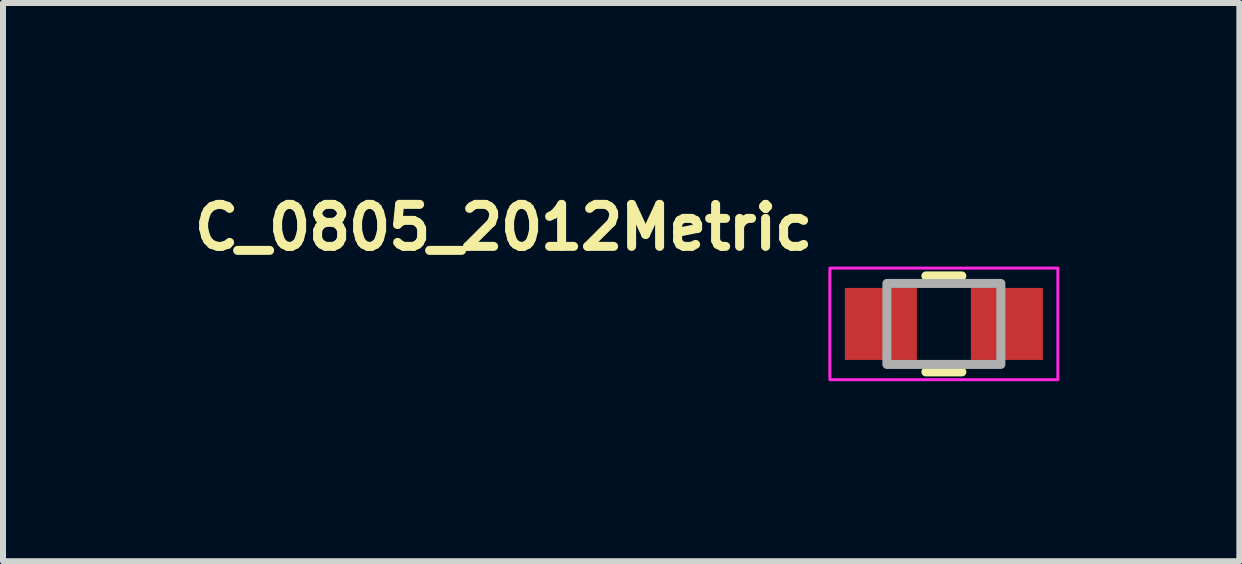
<source format=kicad_pcb>
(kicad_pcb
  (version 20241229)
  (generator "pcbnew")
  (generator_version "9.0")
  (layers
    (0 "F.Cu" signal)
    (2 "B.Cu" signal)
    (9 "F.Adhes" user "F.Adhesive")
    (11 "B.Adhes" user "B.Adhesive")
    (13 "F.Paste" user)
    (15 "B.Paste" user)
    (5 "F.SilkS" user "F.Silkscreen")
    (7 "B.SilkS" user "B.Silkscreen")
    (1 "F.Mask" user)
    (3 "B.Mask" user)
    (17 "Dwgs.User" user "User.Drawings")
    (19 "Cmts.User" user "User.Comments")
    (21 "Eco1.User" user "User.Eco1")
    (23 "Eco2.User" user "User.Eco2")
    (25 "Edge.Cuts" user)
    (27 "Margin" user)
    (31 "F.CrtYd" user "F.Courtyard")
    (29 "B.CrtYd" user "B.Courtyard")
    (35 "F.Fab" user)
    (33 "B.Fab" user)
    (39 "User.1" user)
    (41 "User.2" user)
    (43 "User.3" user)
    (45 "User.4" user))
  (footprint "C_0805_2012Metric"
    (layer "F.Cu")
    (at 12.682 2.349)
    (property "Reference" "C_0805_2012Metric" (at -2.106 -1.199 0) (layer "F.SilkS") (effects (font (size 0.7 0.7) (thickness 0.15)) (justify right bottom)))
    (attr smd)
    (fp_line (start -0.3 -0.8) (end 0.3 -0.8) (stroke (width 0.15) (type solid)) (layer "F.SilkS"))
    (fp_line (start -0.3 0.8) (end 0.3 0.8) (stroke (width 0.15) (type solid)) (layer "F.SilkS"))
    (fp_rect (start -1.9 -0.93) (end 1.9 0.93) (stroke (width 0.05) (type solid)) (fill no) (layer "F.CrtYd"))
    (fp_rect (start -0.95 -0.675) (end 0.95 0.675) (stroke (width 0.15) (type solid)) (fill no) (layer "F.Fab"))
    (fp_rect (start -1 -0.624) (end 1 0.624) (stroke (width 0.1) (type solid)) (fill no) (layer "User.5"))
    (fp_line (start -1 -0.62) (end -1 -0.619) (stroke (width 0.02) (type solid)) (layer "User.9"))
    (fp_line (start -1 -0.619) (end -1 -0.619) (stroke (width 0.02) (type solid)) (layer "User.9"))
    (fp_line (start -1 -0.619) (end -1 -0.618) (stroke (width 0.02) (type solid)) (layer "User.9"))
    (fp_line (start -1 -0.618) (end -1 -0.618) (stroke (width 0.02) (type solid)) (layer "User.9"))
    (fp_line (start -1 -0.618) (end -1 -0.618) (stroke (width 0.02) (type solid)) (layer "User.9"))
    (fp_line (start -1 -0.618) (end -1 -0.617) (stroke (width 0.02) (type solid)) (layer "User.9"))
    (fp_line (start -1 -0.617) (end -1 -0.617) (stroke (width 0.02) (type solid)) (layer "User.9"))
    (fp_line (start -1 -0.617) (end -1 -0.616) (stroke (width 0.02) (type solid)) (layer "User.9"))
    (fp_line (start -1 -0.616) (end -1 -0.615) (stroke (width 0.02) (type solid)) (layer "User.9"))
    (fp_line (start -1 -0.615) (end -1 -0.615) (stroke (width 0.02) (type solid)) (layer "User.9"))
    (fp_line (start -1 -0.615) (end -1 -0.615) (stroke (width 0.02) (type solid)) (layer "User.9"))
    (fp_line (start -1 -0.615) (end -1 -0.614) (stroke (width 0.02) (type solid)) (layer "User.9"))
    (fp_line (start -1 -0.615) (end -1 0.613) (stroke (width 0.02) (type solid)) (layer "User.9"))
    (fp_line (start -1 -0.614) (end -1 -0.614) (stroke (width 0.02) (type solid)) (layer "User.9"))
    (fp_line (start -1 -0.614) (end -1 -0.613) (stroke (width 0.02) (type solid)) (layer "User.9"))
    (fp_line (start -1 -0.613) (end -1 -0.613) (stroke (width 0.02) (type solid)) (layer "User.9"))
    (fp_line (start -1 -0.613) (end -1 -0.613) (stroke (width 0.02) (type solid)) (layer "User.9"))
    (fp_line (start -1 -0.613) (end -1 -0.612) (stroke (width 0.02) (type solid)) (layer "User.9"))
    (fp_line (start -1 -0.612) (end -1 -0.612) (stroke (width 0.02) (type solid)) (layer "User.9"))
    (fp_line (start -1 -0.612) (end -1 -0.611) (stroke (width 0.02) (type solid)) (layer "User.9"))
    (fp_line (start -1 -0.611) (end -0.999 -0.611) (stroke (width 0.02) (type solid)) (layer "User.9"))
    (fp_line (start -1 0.609) (end -1 0.61) (stroke (width 0.02) (type solid)) (layer "User.9"))
    (fp_line (start -1 0.61) (end -1 0.61) (stroke (width 0.02) (type solid)) (layer "User.9"))
    (fp_line (start -1 0.61) (end -1 0.611) (stroke (width 0.02) (type solid)) (layer "User.9"))
    (fp_line (start -1 0.611) (end -1 0.611) (stroke (width 0.02) (type solid)) (layer "User.9"))
    (fp_line (start -1 0.611) (end -1 0.611) (stroke (width 0.02) (type solid)) (layer "User.9"))
    (fp_line (start -1 0.611) (end -1 0.612) (stroke (width 0.02) (type solid)) (layer "User.9"))
    (fp_line (start -1 0.612) (end -1 0.612) (stroke (width 0.02) (type solid)) (layer "User.9"))
    (fp_line (start -1 0.612) (end -1 0.613) (stroke (width 0.02) (type solid)) (layer "User.9"))
    (fp_line (start -1 0.613) (end -1 0.613) (stroke (width 0.02) (type solid)) (layer "User.9"))
    (fp_line (start -1 0.613) (end -1 0.613) (stroke (width 0.02) (type solid)) (layer "User.9"))
    (fp_line (start -1 0.613) (end -1 0.614) (stroke (width 0.02) (type solid)) (layer "User.9"))
    (fp_line (start -1 0.614) (end -1 0.615) (stroke (width 0.02) (type solid)) (layer "User.9"))
    (fp_line (start -1 0.615) (end -1 0.615) (stroke (width 0.02) (type solid)) (layer "User.9"))
    (fp_line (start -1 0.615) (end -1 0.616) (stroke (width 0.02) (type solid)) (layer "User.9"))
    (fp_line (start -1 0.616) (end -1 0.616) (stroke (width 0.02) (type solid)) (layer "User.9"))
    (fp_line (start -1 0.616) (end -1 0.616) (stroke (width 0.02) (type solid)) (layer "User.9"))
    (fp_line (start -1 0.616) (end -1 0.617) (stroke (width 0.02) (type solid)) (layer "User.9"))
    (fp_line (start -1 0.617) (end -1 0.617) (stroke (width 0.02) (type solid)) (layer "User.9"))
    (fp_line (start -1 0.617) (end -1 0.618) (stroke (width 0.02) (type solid)) (layer "User.9"))
    (fp_line (start -1 0.618) (end -0.999 0.618) (stroke (width 0.02) (type solid)) (layer "User.9"))
    (fp_line (start -0.999 -0.621) (end -0.999 -0.621) (stroke (width 0.02) (type solid)) (layer "User.9"))
    (fp_line (start -0.999 -0.621) (end -0.999 -0.621) (stroke (width 0.02) (type solid)) (layer "User.9"))
    (fp_line (start -0.999 -0.621) (end -0.999 -0.62) (stroke (width 0.02) (type solid)) (layer "User.9"))
    (fp_line (start -0.999 -0.62) (end -1 -0.62) (stroke (width 0.02) (type solid)) (layer "User.9"))
    (fp_line (start -0.999 -0.611) (end -0.999 -0.61) (stroke (width 0.02) (type solid)) (layer "User.9"))
    (fp_line (start -0.999 -0.61) (end -0.999 -0.61) (stroke (width 0.02) (type solid)) (layer "User.9"))
    (fp_line (start -0.999 -0.61) (end -0.999 -0.61) (stroke (width 0.02) (type solid)) (layer "User.9"))
    (fp_line (start -0.999 -0.61) (end -0.998 -0.609) (stroke (width 0.02) (type solid)) (layer "User.9"))
    (fp_line (start -0.999 0.608) (end -0.999 0.608) (stroke (width 0.02) (type solid)) (layer "User.9"))
    (fp_line (start -0.999 0.608) (end -0.999 0.608) (stroke (width 0.02) (type solid)) (layer "User.9"))
    (fp_line (start -0.999 0.608) (end -0.999 0.609) (stroke (width 0.02) (type solid)) (layer "User.9"))
    (fp_line (start -0.999 0.609) (end -1 0.609) (stroke (width 0.02) (type solid)) (layer "User.9"))
    (fp_line (start -0.999 0.618) (end -0.999 0.619) (stroke (width 0.02) (type solid)) (layer "User.9"))
    (fp_line (start -0.999 0.619) (end -0.999 0.619) (stroke (width 0.02) (type solid)) (layer "User.9"))
    (fp_line (start -0.999 0.619) (end -0.999 0.619) (stroke (width 0.02) (type solid)) (layer "User.9"))
    (fp_line (start -0.999 0.619) (end -0.998 0.62) (stroke (width 0.02) (type solid)) (layer "User.9"))
    (fp_line (start -0.998 -0.623) (end -0.998 -0.622) (stroke (width 0.02) (type solid)) (layer "User.9"))
    (fp_line (start -0.998 -0.622) (end -0.999 -0.621) (stroke (width 0.02) (type solid)) (layer "User.9"))
    (fp_line (start -0.998 -0.622) (end -0.998 -0.622) (stroke (width 0.02) (type solid)) (layer "User.9"))
    (fp_line (start -0.998 -0.609) (end -0.998 -0.609) (stroke (width 0.02) (type solid)) (layer "User.9"))
    (fp_line (start -0.998 -0.609) (end -0.998 -0.608) (stroke (width 0.02) (type solid)) (layer "User.9"))
    (fp_line (start -0.998 -0.608) (end -0.997 -0.608) (stroke (width 0.02) (type solid)) (layer "User.9"))
    (fp_line (start -0.998 0.606) (end -0.998 0.607) (stroke (width 0.02) (type solid)) (layer "User.9"))
    (fp_line (start -0.998 0.607) (end -0.999 0.608) (stroke (width 0.02) (type solid)) (layer "User.9"))
    (fp_line (start -0.998 0.607) (end -0.998 0.607) (stroke (width 0.02) (type solid)) (layer "User.9"))
    (fp_line (start -0.998 0.62) (end -0.998 0.62) (stroke (width 0.02) (type solid)) (layer "User.9"))
    (fp_line (start -0.998 0.62) (end -0.998 0.621) (stroke (width 0.02) (type solid)) (layer "User.9"))
    (fp_line (start -0.998 0.621) (end -0.997 0.621) (stroke (width 0.02) (type solid)) (layer "User.9"))
    (fp_line (start -0.997 -0.623) (end -0.998 -0.623) (stroke (width 0.02) (type solid)) (layer "User.9"))
    (fp_line (start -0.997 -0.623) (end -0.997 -0.623) (stroke (width 0.02) (type solid)) (layer "User.9"))
    (fp_line (start -0.997 -0.608) (end -0.997 -0.608) (stroke (width 0.02) (type solid)) (layer "User.9"))
    (fp_line (start -0.997 -0.608) (end -0.996 -0.607) (stroke (width 0.02) (type solid)) (layer "User.9"))
    (fp_line (start -0.997 0.606) (end -0.998 0.606) (stroke (width 0.02) (type solid)) (layer "User.9"))
    (fp_line (start -0.997 0.606) (end -0.997 0.606) (stroke (width 0.02) (type solid)) (layer "User.9"))
    (fp_line (start -0.997 0.621) (end -0.997 0.621) (stroke (width 0.02) (type solid)) (layer "User.9"))
    (fp_line (start -0.997 0.621) (end -0.996 0.622) (stroke (width 0.02) (type solid)) (layer "User.9"))
    (fp_line (start -0.996 -0.624) (end -0.997 -0.623) (stroke (width 0.02) (type solid)) (layer "User.9"))
    (fp_line (start -0.996 -0.624) (end -0.996 -0.624) (stroke (width 0.02) (type solid)) (layer "User.9"))
    (fp_line (start -0.996 -0.624) (end -0.996 -0.624) (stroke (width 0.02) (type solid)) (layer "User.9"))
    (fp_line (start -0.996 -0.607) (end -0.996 -0.607) (stroke (width 0.02) (type solid)) (layer "User.9"))
    (fp_line (start -0.996 -0.607) (end -0.996 -0.607) (stroke (width 0.02) (type solid)) (layer "User.9"))
    (fp_line (start -0.996 -0.607) (end -0.995 -0.607) (stroke (width 0.02) (type solid)) (layer "User.9"))
    (fp_line (start -0.996 0.605) (end -0.997 0.606) (stroke (width 0.02) (type solid)) (layer "User.9"))
    (fp_line (start -0.996 0.605) (end -0.996 0.605) (stroke (width 0.02) (type solid)) (layer "User.9"))
    (fp_line (start -0.996 0.605) (end -0.996 0.605) (stroke (width 0.02) (type solid)) (layer "User.9"))
    (fp_line (start -0.996 0.622) (end -0.996 0.622) (stroke (width 0.02) (type solid)) (layer "User.9"))
    (fp_line (start -0.996 0.622) (end -0.996 0.622) (stroke (width 0.02) (type solid)) (layer "User.9"))
    (fp_line (start -0.996 0.622) (end -0.995 0.622) (stroke (width 0.02) (type solid)) (layer "User.9"))
    (fp_line (start -0.995 -0.625) (end -0.995 -0.624) (stroke (width 0.02) (type solid)) (layer "User.9"))
    (fp_line (start -0.995 -0.624) (end -0.996 -0.624) (stroke (width 0.02) (type solid)) (layer "User.9"))
    (fp_line (start -0.995 -0.607) (end -0.995 -0.606) (stroke (width 0.02) (type solid)) (layer "User.9"))
    (fp_line (start -0.995 -0.606) (end -0.994 -0.606) (stroke (width 0.02) (type solid)) (layer "User.9"))
    (fp_line (start -0.995 0.604) (end -0.995 0.605) (stroke (width 0.02) (type solid)) (layer "User.9"))
    (fp_line (start -0.995 0.605) (end -0.996 0.605) (stroke (width 0.02) (type solid)) (layer "User.9"))
    (fp_line (start -0.995 0.622) (end -0.995 0.623) (stroke (width 0.02) (type solid)) (layer "User.9"))
    (fp_line (start -0.995 0.623) (end -0.994 0.623) (stroke (width 0.02) (type solid)) (layer "User.9"))
    (fp_line (start -0.994 -0.625) (end -0.995 -0.625) (stroke (width 0.02) (type solid)) (layer "User.9"))
    (fp_line (start -0.994 -0.625) (end -0.994 -0.625) (stroke (width 0.02) (type solid)) (layer "User.9"))
    (fp_line (start -0.994 -0.606) (end -0.994 -0.606) (stroke (width 0.02) (type solid)) (layer "User.9"))
    (fp_line (start -0.994 -0.606) (end -0.993 -0.606) (stroke (width 0.02) (type solid)) (layer "User.9"))
    (fp_line (start -0.994 0.604) (end -0.995 0.604) (stroke (width 0.02) (type solid)) (layer "User.9"))
    (fp_line (start -0.994 0.604) (end -0.994 0.604) (stroke (width 0.02) (type solid)) (layer "User.9"))
    (fp_line (start -0.994 0.623) (end -0.994 0.623) (stroke (width 0.02) (type solid)) (layer "User.9"))
    (fp_line (start -0.994 0.623) (end -0.993 0.623) (stroke (width 0.02) (type solid)) (layer "User.9"))
    (fp_line (start -0.993 -0.625) (end -0.994 -0.625) (stroke (width 0.02) (type solid)) (layer "User.9"))
    (fp_line (start -0.993 -0.625) (end -0.993 -0.625) (stroke (width 0.02) (type solid)) (layer "User.9"))
    (fp_line (start -0.993 -0.625) (end -0.993 -0.625) (stroke (width 0.02) (type solid)) (layer "User.9"))
    (fp_line (start -0.993 -0.606) (end -0.993 -0.606) (stroke (width 0.02) (type solid)) (layer "User.9"))
    (fp_line (start -0.993 -0.606) (end -0.993 -0.606) (stroke (width 0.02) (type solid)) (layer "User.9"))
    (fp_line (start -0.993 -0.606) (end -0.992 -0.606) (stroke (width 0.02) (type solid)) (layer "User.9"))
    (fp_line (start -0.993 0.604) (end -0.994 0.604) (stroke (width 0.02) (type solid)) (layer "User.9"))
    (fp_line (start -0.993 0.604) (end -0.993 0.604) (stroke (width 0.02) (type solid)) (layer "User.9"))
    (fp_line (start -0.993 0.604) (end -0.993 0.604) (stroke (width 0.02) (type solid)) (layer "User.9"))
    (fp_line (start -0.993 0.623) (end -0.993 0.623) (stroke (width 0.02) (type solid)) (layer "User.9"))
    (fp_line (start -0.993 0.623) (end -0.993 0.623) (stroke (width 0.02) (type solid)) (layer "User.9"))
    (fp_line (start -0.993 0.623) (end -0.992 0.623) (stroke (width 0.02) (type solid)) (layer "User.9"))
    (fp_line (start -0.992 -0.625) (end -0.993 -0.625) (stroke (width 0.02) (type solid)) (layer "User.9"))
    (fp_line (start -0.992 -0.625) (end -0.992 -0.625) (stroke (width 0.02) (type solid)) (layer "User.9"))
    (fp_line (start -0.992 -0.606) (end -0.992 -0.606) (stroke (width 0.02) (type solid)) (layer "User.9"))
    (fp_line (start -0.992 -0.606) (end -0.991 -0.606) (stroke (width 0.02) (type solid)) (layer "User.9"))
    (fp_line (start -0.992 0.604) (end -0.993 0.604) (stroke (width 0.02) (type solid)) (layer "User.9"))
    (fp_line (start -0.992 0.604) (end -0.992 0.604) (stroke (width 0.02) (type solid)) (layer "User.9"))
    (fp_line (start -0.992 0.623) (end -0.992 0.623) (stroke (width 0.02) (type solid)) (layer "User.9"))
    (fp_line (start -0.992 0.623) (end -0.991 0.623) (stroke (width 0.02) (type solid)) (layer "User.9"))
    (fp_line (start -0.991 -0.625) (end -0.992 -0.625) (stroke (width 0.02) (type solid)) (layer "User.9"))
    (fp_line (start -0.991 -0.606) (end -0.99 -0.605) (stroke (width 0.02) (type solid)) (layer "User.9"))
    (fp_line (start -0.991 0.604) (end -0.992 0.604) (stroke (width 0.02) (type solid)) (layer "User.9"))
    (fp_line (start -0.991 0.623) (end -0.99 0.623) (stroke (width 0.02) (type solid)) (layer "User.9"))
    (fp_line (start -0.99 -0.625) (end -0.991 -0.625) (stroke (width 0.02) (type solid)) (layer "User.9"))
    (fp_line (start -0.99 -0.625) (end -0.99 -0.625) (stroke (width 0.02) (type solid)) (layer "User.9"))
    (fp_line (start -0.99 -0.625) (end -0.99 -0.625) (stroke (width 0.02) (type solid)) (layer "User.9"))
    (fp_line (start -0.99 -0.606) (end -0.989 -0.606) (stroke (width 0.02) (type solid)) (layer "User.9"))
    (fp_line (start -0.99 -0.605) (end -0.99 -0.606) (stroke (width 0.02) (type solid)) (layer "User.9"))
    (fp_line (start -0.99 -0.605) (end -0.99 -0.605) (stroke (width 0.02) (type solid)) (layer "User.9"))
    (fp_line (start -0.99 0.604) (end -0.991 0.604) (stroke (width 0.02) (type solid)) (layer "User.9"))
    (fp_line (start -0.99 0.604) (end -0.99 0.604) (stroke (width 0.02) (type solid)) (layer "User.9"))
    (fp_line (start -0.99 0.604) (end -0.99 0.604) (stroke (width 0.02) (type solid)) (layer "User.9"))
    (fp_line (start -0.99 0.623) (end -0.99 0.623) (stroke (width 0.02) (type solid)) (layer "User.9"))
    (fp_line (start -0.99 0.623) (end -0.99 0.623) (stroke (width 0.02) (type solid)) (layer "User.9"))
    (fp_line (start -0.99 0.623) (end -0.989 0.623) (stroke (width 0.02) (type solid)) (layer "User.9"))
    (fp_line (start -0.99 0.623) (end -0.5 0.623) (stroke (width 0.02) (type solid)) (layer "User.9"))
    (fp_line (start -0.989 -0.625) (end -0.99 -0.625) (stroke (width 0.02) (type solid)) (layer "User.9"))
    (fp_line (start -0.989 -0.625) (end -0.989 -0.625) (stroke (width 0.02) (type solid)) (layer "User.9"))
    (fp_line (start -0.989 -0.606) (end -0.989 -0.606) (stroke (width 0.02) (type solid)) (layer "User.9"))
    (fp_line (start -0.989 -0.606) (end -0.988 -0.606) (stroke (width 0.02) (type solid)) (layer "User.9"))
    (fp_line (start -0.989 0.604) (end -0.99 0.604) (stroke (width 0.02) (type solid)) (layer "User.9"))
    (fp_line (start -0.989 0.604) (end -0.989 0.604) (stroke (width 0.02) (type solid)) (layer "User.9"))
    (fp_line (start -0.989 0.623) (end -0.989 0.623) (stroke (width 0.02) (type solid)) (layer "User.9"))
    (fp_line (start -0.989 0.623) (end -0.988 0.623) (stroke (width 0.02) (type solid)) (layer "User.9"))
    (fp_line (start -0.988 -0.625) (end -0.989 -0.625) (stroke (width 0.02) (type solid)) (layer "User.9"))
    (fp_line (start -0.988 -0.625) (end -0.988 -0.625) (stroke (width 0.02) (type solid)) (layer "User.9"))
    (fp_line (start -0.988 -0.625) (end -0.988 -0.625) (stroke (width 0.02) (type solid)) (layer "User.9"))
    (fp_line (start -0.988 -0.606) (end -0.988 -0.606) (stroke (width 0.02) (type solid)) (layer "User.9"))
    (fp_line (start -0.988 -0.606) (end -0.988 -0.606) (stroke (width 0.02) (type solid)) (layer "User.9"))
    (fp_line (start -0.988 -0.606) (end -0.987 -0.606) (stroke (width 0.02) (type solid)) (layer "User.9"))
    (fp_line (start -0.988 0.604) (end -0.989 0.604) (stroke (width 0.02) (type solid)) (layer "User.9"))
    (fp_line (start -0.988 0.604) (end -0.988 0.604) (stroke (width 0.02) (type solid)) (layer "User.9"))
    (fp_line (start -0.988 0.604) (end -0.988 0.604) (stroke (width 0.02) (type solid)) (layer "User.9"))
    (fp_line (start -0.988 0.623) (end -0.988 0.623) (stroke (width 0.02) (type solid)) (layer "User.9"))
    (fp_line (start -0.988 0.623) (end -0.988 0.623) (stroke (width 0.02) (type solid)) (layer "User.9"))
    (fp_line (start -0.988 0.623) (end -0.987 0.623) (stroke (width 0.02) (type solid)) (layer "User.9"))
    (fp_line (start -0.987 -0.625) (end -0.988 -0.625) (stroke (width 0.02) (type solid)) (layer "User.9"))
    (fp_line (start -0.987 -0.625) (end -0.987 -0.625) (stroke (width 0.02) (type solid)) (layer "User.9"))
    (fp_line (start -0.987 -0.606) (end -0.987 -0.606) (stroke (width 0.02) (type solid)) (layer "User.9"))
    (fp_line (start -0.987 -0.606) (end -0.986 -0.606) (stroke (width 0.02) (type solid)) (layer "User.9"))
    (fp_line (start -0.987 0.604) (end -0.988 0.604) (stroke (width 0.02) (type solid)) (layer "User.9"))
    (fp_line (start -0.987 0.604) (end -0.987 0.604) (stroke (width 0.02) (type solid)) (layer "User.9"))
    (fp_line (start -0.987 0.623) (end -0.987 0.623) (stroke (width 0.02) (type solid)) (layer "User.9"))
    (fp_line (start -0.987 0.623) (end -0.986 0.623) (stroke (width 0.02) (type solid)) (layer "User.9"))
    (fp_line (start -0.986 -0.625) (end -0.987 -0.625) (stroke (width 0.02) (type solid)) (layer "User.9"))
    (fp_line (start -0.986 -0.624) (end -0.986 -0.625) (stroke (width 0.02) (type solid)) (layer "User.9"))
    (fp_line (start -0.986 -0.607) (end -0.985 -0.607) (stroke (width 0.02) (type solid)) (layer "User.9"))
    (fp_line (start -0.986 -0.606) (end -0.986 -0.607) (stroke (width 0.02) (type solid)) (layer "User.9"))
    (fp_line (start -0.986 0.604) (end -0.987 0.604) (stroke (width 0.02) (type solid)) (layer "User.9"))
    (fp_line (start -0.986 0.605) (end -0.986 0.604) (stroke (width 0.02) (type solid)) (layer "User.9"))
    (fp_line (start -0.986 0.622) (end -0.985 0.622) (stroke (width 0.02) (type solid)) (layer "User.9"))
    (fp_line (start -0.986 0.623) (end -0.986 0.622) (stroke (width 0.02) (type solid)) (layer "User.9"))
    (fp_line (start -0.985 -0.624) (end -0.986 -0.624) (stroke (width 0.02) (type solid)) (layer "User.9"))
    (fp_line (start -0.985 -0.624) (end -0.985 -0.624) (stroke (width 0.02) (type solid)) (layer "User.9"))
    (fp_line (start -0.985 -0.624) (end -0.985 -0.624) (stroke (width 0.02) (type solid)) (layer "User.9"))
    (fp_line (start -0.985 -0.607) (end -0.985 -0.607) (stroke (width 0.02) (type solid)) (layer "User.9"))
    (fp_line (start -0.985 -0.607) (end -0.985 -0.607) (stroke (width 0.02) (type solid)) (layer "User.9"))
    (fp_line (start -0.985 -0.607) (end -0.984 -0.608) (stroke (width 0.02) (type solid)) (layer "User.9"))
    (fp_line (start -0.985 0.605) (end -0.986 0.605) (stroke (width 0.02) (type solid)) (layer "User.9"))
    (fp_line (start -0.985 0.605) (end -0.985 0.605) (stroke (width 0.02) (type solid)) (layer "User.9"))
    (fp_line (start -0.985 0.605) (end -0.985 0.605) (stroke (width 0.02) (type solid)) (layer "User.9"))
    (fp_line (start -0.985 0.622) (end -0.985 0.622) (stroke (width 0.02) (type solid)) (layer "User.9"))
    (fp_line (start -0.985 0.622) (end -0.985 0.622) (stroke (width 0.02) (type solid)) (layer "User.9"))
    (fp_line (start -0.985 0.622) (end -0.984 0.621) (stroke (width 0.02) (type solid)) (layer "User.9"))
    (fp_line (start -0.984 -0.623) (end -0.985 -0.624) (stroke (width 0.02) (type solid)) (layer "User.9"))
    (fp_line (start -0.984 -0.623) (end -0.984 -0.623) (stroke (width 0.02) (type solid)) (layer "User.9"))
    (fp_line (start -0.984 -0.608) (end -0.984 -0.608) (stroke (width 0.02) (type solid)) (layer "User.9"))
    (fp_line (start -0.984 -0.608) (end -0.983 -0.608) (stroke (width 0.02) (type solid)) (layer "User.9"))
    (fp_line (start -0.984 0.606) (end -0.985 0.605) (stroke (width 0.02) (type solid)) (layer "User.9"))
    (fp_line (start -0.984 0.606) (end -0.984 0.606) (stroke (width 0.02) (type solid)) (layer "User.9"))
    (fp_line (start -0.984 0.621) (end -0.984 0.621) (stroke (width 0.02) (type solid)) (layer "User.9"))
    (fp_line (start -0.984 0.621) (end -0.983 0.621) (stroke (width 0.02) (type solid)) (layer "User.9"))
    (fp_line (start -0.983 -0.623) (end -0.984 -0.623) (stroke (width 0.02) (type solid)) (layer "User.9"))
    (fp_line (start -0.983 -0.622) (end -0.983 -0.623) (stroke (width 0.02) (type solid)) (layer "User.9"))
    (fp_line (start -0.983 -0.622) (end -0.983 -0.622) (stroke (width 0.02) (type solid)) (layer "User.9"))
    (fp_line (start -0.983 -0.609) (end -0.983 -0.609) (stroke (width 0.02) (type solid)) (layer "User.9"))
    (fp_line (start -0.983 -0.609) (end -0.982 -0.61) (stroke (width 0.02) (type solid)) (layer "User.9"))
    (fp_line (start -0.983 -0.608) (end -0.983 -0.609) (stroke (width 0.02) (type solid)) (layer "User.9"))
    (fp_line (start -0.983 0.606) (end -0.984 0.606) (stroke (width 0.02) (type solid)) (layer "User.9"))
    (fp_line (start -0.983 0.607) (end -0.983 0.606) (stroke (width 0.02) (type solid)) (layer "User.9"))
    (fp_line (start -0.983 0.607) (end -0.983 0.607) (stroke (width 0.02) (type solid)) (layer "User.9"))
    (fp_line (start -0.983 0.62) (end -0.983 0.62) (stroke (width 0.02) (type solid)) (layer "User.9"))
    (fp_line (start -0.983 0.62) (end -0.982 0.619) (stroke (width 0.02) (type solid)) (layer "User.9"))
    (fp_line (start -0.983 0.621) (end -0.983 0.62) (stroke (width 0.02) (type solid)) (layer "User.9"))
    (fp_line (start -0.982 -0.621) (end -0.983 -0.622) (stroke (width 0.02) (type solid)) (layer "User.9"))
    (fp_line (start -0.982 -0.621) (end -0.982 -0.621) (stroke (width 0.02) (type solid)) (layer "User.9"))
    (fp_line (start -0.982 -0.621) (end -0.982 -0.621) (stroke (width 0.02) (type solid)) (layer "User.9"))
    (fp_line (start -0.982 -0.62) (end -0.982 -0.621) (stroke (width 0.02) (type solid)) (layer "User.9"))
    (fp_line (start -0.982 -0.611) (end -0.981 -0.611) (stroke (width 0.02) (type solid)) (layer "User.9"))
    (fp_line (start -0.982 -0.61) (end -0.982 -0.611) (stroke (width 0.02) (type solid)) (layer "User.9"))
    (fp_line (start -0.982 -0.61) (end -0.982 -0.61) (stroke (width 0.02) (type solid)) (layer "User.9"))
    (fp_line (start -0.982 -0.61) (end -0.982 -0.61) (stroke (width 0.02) (type solid)) (layer "User.9"))
    (fp_line (start -0.982 0.608) (end -0.983 0.607) (stroke (width 0.02) (type solid)) (layer "User.9"))
    (fp_line (start -0.982 0.608) (end -0.982 0.608) (stroke (width 0.02) (type solid)) (layer "User.9"))
    (fp_line (start -0.982 0.608) (end -0.982 0.608) (stroke (width 0.02) (type solid)) (layer "User.9"))
    (fp_line (start -0.982 0.609) (end -0.982 0.608) (stroke (width 0.02) (type solid)) (layer "User.9"))
    (fp_line (start -0.982 0.618) (end -0.981 0.618) (stroke (width 0.02) (type solid)) (layer "User.9"))
    (fp_line (start -0.982 0.619) (end -0.982 0.618) (stroke (width 0.02) (type solid)) (layer "User.9"))
    (fp_line (start -0.982 0.619) (end -0.982 0.619) (stroke (width 0.02) (type solid)) (layer "User.9"))
    (fp_line (start -0.982 0.619) (end -0.982 0.619) (stroke (width 0.02) (type solid)) (layer "User.9"))
    (fp_line (start -0.981 -0.62) (end -0.982 -0.62) (stroke (width 0.02) (type solid)) (layer "User.9"))
    (fp_line (start -0.981 -0.619) (end -0.981 -0.62) (stroke (width 0.02) (type solid)) (layer "User.9"))
    (fp_line (start -0.981 -0.619) (end -0.981 -0.619) (stroke (width 0.02) (type solid)) (layer "User.9"))
    (fp_line (start -0.981 -0.618) (end -0.981 -0.619) (stroke (width 0.02) (type solid)) (layer "User.9"))
    (fp_line (start -0.981 -0.618) (end -0.981 -0.618) (stroke (width 0.02) (type solid)) (layer "User.9"))
    (fp_line (start -0.981 -0.618) (end -0.981 -0.618) (stroke (width 0.02) (type solid)) (layer "User.9"))
    (fp_line (start -0.981 -0.617) (end -0.981 -0.618) (stroke (width 0.02) (type solid)) (layer "User.9"))
    (fp_line (start -0.981 -0.617) (end -0.981 -0.617) (stroke (width 0.02) (type solid)) (layer "User.9"))
    (fp_line (start -0.981 -0.616) (end -0.981 -0.617) (stroke (width 0.02) (type solid)) (layer "User.9"))
    (fp_line (start -0.981 -0.615) (end -0.98 -0.615) (stroke (width 0.02) (type solid)) (layer "User.9"))
    (fp_line (start -0.981 -0.614) (end -0.981 -0.615) (stroke (width 0.02) (type solid)) (layer "User.9"))
    (fp_line (start -0.981 -0.614) (end -0.981 -0.614) (stroke (width 0.02) (type solid)) (layer "User.9"))
    (fp_line (start -0.981 -0.613) (end -0.981 -0.614) (stroke (width 0.02) (type solid)) (layer "User.9"))
    (fp_line (start -0.981 -0.613) (end -0.981 -0.613) (stroke (width 0.02) (type solid)) (layer "User.9"))
    (fp_line (start -0.981 -0.613) (end -0.981 -0.613) (stroke (width 0.02) (type solid)) (layer "User.9"))
    (fp_line (start -0.981 -0.612) (end -0.981 -0.613) (stroke (width 0.02) (type solid)) (layer "User.9"))
    (fp_line (start -0.981 -0.612) (end -0.981 -0.612) (stroke (width 0.02) (type solid)) (layer "User.9"))
    (fp_line (start -0.981 -0.611) (end -0.981 -0.612) (stroke (width 0.02) (type solid)) (layer "User.9"))
    (fp_line (start -0.981 0.609) (end -0.982 0.609) (stroke (width 0.02) (type solid)) (layer "User.9"))
    (fp_line (start -0.981 0.61) (end -0.981 0.609) (stroke (width 0.02) (type solid)) (layer "User.9"))
    (fp_line (start -0.981 0.61) (end -0.981 0.61) (stroke (width 0.02) (type solid)) (layer "User.9"))
    (fp_line (start -0.981 0.611) (end -0.981 0.61) (stroke (width 0.02) (type solid)) (layer "User.9"))
    (fp_line (start -0.981 0.611) (end -0.981 0.611) (stroke (width 0.02) (type solid)) (layer "User.9"))
    (fp_line (start -0.981 0.611) (end -0.981 0.611) (stroke (width 0.02) (type solid)) (layer "User.9"))
    (fp_line (start -0.981 0.612) (end -0.981 0.611) (stroke (width 0.02) (type solid)) (layer "User.9"))
    (fp_line (start -0.981 0.612) (end -0.981 0.612) (stroke (width 0.02) (type solid)) (layer "User.9"))
    (fp_line (start -0.981 0.613) (end -0.981 0.612) (stroke (width 0.02) (type solid)) (layer "User.9"))
    (fp_line (start -0.981 0.614) (end -0.98 0.613) (stroke (width 0.02) (type solid)) (layer "User.9"))
    (fp_line (start -0.981 0.615) (end -0.981 0.614) (stroke (width 0.02) (type solid)) (layer "User.9"))
    (fp_line (start -0.981 0.615) (end -0.981 0.615) (stroke (width 0.02) (type solid)) (layer "User.9"))
    (fp_line (start -0.981 0.616) (end -0.981 0.615) (stroke (width 0.02) (type solid)) (layer "User.9"))
    (fp_line (start -0.981 0.616) (end -0.981 0.616) (stroke (width 0.02) (type solid)) (layer "User.9"))
    (fp_line (start -0.981 0.616) (end -0.981 0.616) (stroke (width 0.02) (type solid)) (layer "User.9"))
    (fp_line (start -0.981 0.617) (end -0.981 0.616) (stroke (width 0.02) (type solid)) (layer "User.9"))
    (fp_line (start -0.981 0.617) (end -0.981 0.617) (stroke (width 0.02) (type solid)) (layer "User.9"))
    (fp_line (start -0.981 0.618) (end -0.981 0.617) (stroke (width 0.02) (type solid)) (layer "User.9"))
    (fp_line (start -0.98 -0.615) (end -0.981 -0.616) (stroke (width 0.02) (type solid)) (layer "User.9"))
    (fp_line (start -0.98 -0.615) (end -0.98 -0.615) (stroke (width 0.02) (type solid)) (layer "User.9"))
    (fp_line (start -0.98 -0.615) (end -0.98 -0.615) (stroke (width 0.02) (type solid)) (layer "User.9"))
    (fp_line (start -0.98 0.613) (end -0.981 0.613) (stroke (width 0.02) (type solid)) (layer "User.9"))
    (fp_line (start -0.98 0.613) (end -0.98 0.613) (stroke (width 0.02) (type solid)) (layer "User.9"))
    (fp_line (start -0.98 0.613) (end -0.98 0.613) (stroke (width 0.02) (type solid)) (layer "User.9"))
    (fp_line (start -0.5 -0.625) (end -0.99 -0.625) (stroke (width 0.02) (type solid)) (layer "User.9"))
    (fp_line (start -0.5 -0.615) (end -0.5 -0.625) (stroke (width 0.02) (type solid)) (layer "User.9"))
    (fp_line (start -0.5 0.609) (end 0.498 0.609) (stroke (width 0.02) (type solid)) (layer "User.9"))
    (fp_line (start -0.5 0.613) (end -0.5 -0.615) (stroke (width 0.02) (type solid)) (layer "User.9"))
    (fp_line (start -0.5 0.623) (end -0.5 0.613) (stroke (width 0.02) (type solid)) (layer "User.9"))
    (fp_line (start 0.498 -0.625) (end 0.498 -0.615) (stroke (width 0.02) (type solid)) (layer "User.9"))
    (fp_line (start 0.498 -0.615) (end 0.498 0.613) (stroke (width 0.02) (type solid)) (layer "User.9"))
    (fp_line (start 0.498 -0.61) (end -0.5 -0.61) (stroke (width 0.02) (type solid)) (layer "User.9"))
    (fp_line (start 0.498 0.613) (end 0.498 0.623) (stroke (width 0.02) (type solid)) (layer "User.9"))
    (fp_line (start 0.498 0.623) (end 0.988 0.623) (stroke (width 0.02) (type solid)) (layer "User.9"))
    (fp_line (start 0.978 -0.615) (end 0.978 -0.615) (stroke (width 0.02) (type solid)) (layer "User.9"))
    (fp_line (start 0.978 -0.615) (end 0.979 -0.615) (stroke (width 0.02) (type solid)) (layer "User.9"))
    (fp_line (start 0.978 0.613) (end 0.978 0.613) (stroke (width 0.02) (type solid)) (layer "User.9"))
    (fp_line (start 0.978 0.613) (end 0.979 0.614) (stroke (width 0.02) (type solid)) (layer "User.9"))
    (fp_line (start 0.979 -0.62) (end 0.979 -0.619) (stroke (width 0.02) (type solid)) (layer "User.9"))
    (fp_line (start 0.979 -0.619) (end 0.979 -0.619) (stroke (width 0.02) (type solid)) (layer "User.9"))
    (fp_line (start 0.979 -0.619) (end 0.979 -0.618) (stroke (width 0.02) (type solid)) (layer "User.9"))
    (fp_line (start 0.979 -0.618) (end 0.979 -0.618) (stroke (width 0.02) (type solid)) (layer "User.9"))
    (fp_line (start 0.979 -0.618) (end 0.979 -0.618) (stroke (width 0.02) (type solid)) (layer "User.9"))
    (fp_line (start 0.979 -0.618) (end 0.979 -0.617) (stroke (width 0.02) (type solid)) (layer "User.9"))
    (fp_line (start 0.979 -0.617) (end 0.979 -0.617) (stroke (width 0.02) (type solid)) (layer "User.9"))
    (fp_line (start 0.979 -0.617) (end 0.979 -0.616) (stroke (width 0.02) (type solid)) (layer "User.9"))
    (fp_line (start 0.979 -0.616) (end 0.978 -0.615) (stroke (width 0.02) (type solid)) (layer "User.9"))
    (fp_line (start 0.979 -0.615) (end 0.979 -0.614) (stroke (width 0.02) (type solid)) (layer "User.9"))
    (fp_line (start 0.979 -0.614) (end 0.979 -0.614) (stroke (width 0.02) (type solid)) (layer "User.9"))
    (fp_line (start 0.979 -0.614) (end 0.979 -0.613) (stroke (width 0.02) (type solid)) (layer "User.9"))
    (fp_line (start 0.979 -0.613) (end 0.979 -0.613) (stroke (width 0.02) (type solid)) (layer "User.9"))
    (fp_line (start 0.979 -0.613) (end 0.979 -0.613) (stroke (width 0.02) (type solid)) (layer "User.9"))
    (fp_line (start 0.979 -0.613) (end 0.979 -0.612) (stroke (width 0.02) (type solid)) (layer "User.9"))
    (fp_line (start 0.979 -0.612) (end 0.979 -0.612) (stroke (width 0.02) (type solid)) (layer "User.9"))
    (fp_line (start 0.979 -0.612) (end 0.979 -0.611) (stroke (width 0.02) (type solid)) (layer "User.9"))
    (fp_line (start 0.979 -0.611) (end 0.98 -0.611) (stroke (width 0.02) (type solid)) (layer "User.9"))
    (fp_line (start 0.979 0.609) (end 0.979 0.61) (stroke (width 0.02) (type solid)) (layer "User.9"))
    (fp_line (start 0.979 0.61) (end 0.979 0.61) (stroke (width 0.02) (type solid)) (layer "User.9"))
    (fp_line (start 0.979 0.61) (end 0.979 0.611) (stroke (width 0.02) (type solid)) (layer "User.9"))
    (fp_line (start 0.979 0.611) (end 0.979 0.611) (stroke (width 0.02) (type solid)) (layer "User.9"))
    (fp_line (start 0.979 0.611) (end 0.979 0.611) (stroke (width 0.02) (type solid)) (layer "User.9"))
    (fp_line (start 0.979 0.611) (end 0.979 0.612) (stroke (width 0.02) (type solid)) (layer "User.9"))
    (fp_line (start 0.979 0.612) (end 0.979 0.612) (stroke (width 0.02) (type solid)) (layer "User.9"))
    (fp_line (start 0.979 0.612) (end 0.979 0.613) (stroke (width 0.02) (type solid)) (layer "User.9"))
    (fp_line (start 0.979 0.613) (end 0.978 0.613) (stroke (width 0.02) (type solid)) (layer "User.9"))
    (fp_line (start 0.979 0.614) (end 0.979 0.615) (stroke (width 0.02) (type solid)) (layer "User.9"))
    (fp_line (start 0.979 0.615) (end 0.979 0.615) (stroke (width 0.02) (type solid)) (layer "User.9"))
    (fp_line (start 0.979 0.615) (end 0.979 0.616) (stroke (width 0.02) (type solid)) (layer "User.9"))
    (fp_line (start 0.979 0.616) (end 0.979 0.616) (stroke (width 0.02) (type solid)) (layer "User.9"))
    (fp_line (start 0.979 0.616) (end 0.979 0.616) (stroke (width 0.02) (type solid)) (layer "User.9"))
    (fp_line (start 0.979 0.616) (end 0.979 0.617) (stroke (width 0.02) (type solid)) (layer "User.9"))
    (fp_line (start 0.979 0.617) (end 0.979 0.617) (stroke (width 0.02) (type solid)) (layer "User.9"))
    (fp_line (start 0.979 0.617) (end 0.979 0.618) (stroke (width 0.02) (type solid)) (layer "User.9"))
    (fp_line (start 0.979 0.618) (end 0.98 0.618) (stroke (width 0.02) (type solid)) (layer "User.9"))
    (fp_line (start 0.98 -0.621) (end 0.98 -0.621) (stroke (width 0.02) (type solid)) (layer "User.9"))
    (fp_line (start 0.98 -0.621) (end 0.98 -0.621) (stroke (width 0.02) (type solid)) (layer "User.9"))
    (fp_line (start 0.98 -0.621) (end 0.98 -0.62) (stroke (width 0.02) (type solid)) (layer "User.9"))
    (fp_line (start 0.98 -0.62) (end 0.979 -0.62) (stroke (width 0.02) (type solid)) (layer "User.9"))
    (fp_line (start 0.98 -0.611) (end 0.98 -0.61) (stroke (width 0.02) (type solid)) (layer "User.9"))
    (fp_line (start 0.98 -0.61) (end 0.98 -0.61) (stroke (width 0.02) (type solid)) (layer "User.9"))
    (fp_line (start 0.98 -0.61) (end 0.98 -0.61) (stroke (width 0.02) (type solid)) (layer "User.9"))
    (fp_line (start 0.98 -0.61) (end 0.981 -0.609) (stroke (width 0.02) (type solid)) (layer "User.9"))
    (fp_line (start 0.98 0.608) (end 0.98 0.608) (stroke (width 0.02) (type solid)) (layer "User.9"))
    (fp_line (start 0.98 0.608) (end 0.98 0.608) (stroke (width 0.02) (type solid)) (layer "User.9"))
    (fp_line (start 0.98 0.608) (end 0.98 0.609) (stroke (width 0.02) (type solid)) (layer "User.9"))
    (fp_line (start 0.98 0.609) (end 0.979 0.609) (stroke (width 0.02) (type solid)) (layer "User.9"))
    (fp_line (start 0.98 0.618) (end 0.98 0.619) (stroke (width 0.02) (type solid)) (layer "User.9"))
    (fp_line (start 0.98 0.619) (end 0.98 0.619) (stroke (width 0.02) (type solid)) (layer "User.9"))
    (fp_line (start 0.98 0.619) (end 0.98 0.619) (stroke (width 0.02) (type solid)) (layer "User.9"))
    (fp_line (start 0.98 0.619) (end 0.981 0.62) (stroke (width 0.02) (type solid)) (layer "User.9"))
    (fp_line (start 0.981 -0.623) (end 0.981 -0.622) (stroke (width 0.02) (type solid)) (layer "User.9"))
    (fp_line (start 0.981 -0.622) (end 0.98 -0.621) (stroke (width 0.02) (type solid)) (layer "User.9"))
    (fp_line (start 0.981 -0.622) (end 0.981 -0.622) (stroke (width 0.02) (type solid)) (layer "User.9"))
    (fp_line (start 0.981 -0.609) (end 0.981 -0.609) (stroke (width 0.02) (type solid)) (layer "User.9"))
    (fp_line (start 0.981 -0.609) (end 0.981 -0.608) (stroke (width 0.02) (type solid)) (layer "User.9"))
    (fp_line (start 0.981 -0.608) (end 0.982 -0.608) (stroke (width 0.02) (type solid)) (layer "User.9"))
    (fp_line (start 0.981 0.606) (end 0.981 0.607) (stroke (width 0.02) (type solid)) (layer "User.9"))
    (fp_line (start 0.981 0.607) (end 0.98 0.608) (stroke (width 0.02) (type solid)) (layer "User.9"))
    (fp_line (start 0.981 0.607) (end 0.981 0.607) (stroke (width 0.02) (type solid)) (layer "User.9"))
    (fp_line (start 0.981 0.62) (end 0.981 0.62) (stroke (width 0.02) (type solid)) (layer "User.9"))
    (fp_line (start 0.981 0.62) (end 0.981 0.621) (stroke (width 0.02) (type solid)) (layer "User.9"))
    (fp_line (start 0.981 0.621) (end 0.982 0.621) (stroke (width 0.02) (type solid)) (layer "User.9"))
    (fp_line (start 0.982 -0.623) (end 0.981 -0.623) (stroke (width 0.02) (type solid)) (layer "User.9"))
    (fp_line (start 0.982 -0.623) (end 0.982 -0.623) (stroke (width 0.02) (type solid)) (layer "User.9"))
    (fp_line (start 0.982 -0.608) (end 0.982 -0.608) (stroke (width 0.02) (type solid)) (layer "User.9"))
    (fp_line (start 0.982 -0.608) (end 0.983 -0.607) (stroke (width 0.02) (type solid)) (layer "User.9"))
    (fp_line (start 0.982 0.606) (end 0.981 0.606) (stroke (width 0.02) (type solid)) (layer "User.9"))
    (fp_line (start 0.982 0.606) (end 0.982 0.606) (stroke (width 0.02) (type solid)) (layer "User.9"))
    (fp_line (start 0.982 0.621) (end 0.982 0.621) (stroke (width 0.02) (type solid)) (layer "User.9"))
    (fp_line (start 0.982 0.621) (end 0.983 0.622) (stroke (width 0.02) (type solid)) (layer "User.9"))
    (fp_line (start 0.983 -0.624) (end 0.982 -0.623) (stroke (width 0.02) (type solid)) (layer "User.9"))
    (fp_line (start 0.983 -0.624) (end 0.983 -0.624) (stroke (width 0.02) (type solid)) (layer "User.9"))
    (fp_line (start 0.983 -0.624) (end 0.983 -0.624) (stroke (width 0.02) (type solid)) (layer "User.9"))
    (fp_line (start 0.983 -0.607) (end 0.983 -0.607) (stroke (width 0.02) (type solid)) (layer "User.9"))
    (fp_line (start 0.983 -0.607) (end 0.983 -0.607) (stroke (width 0.02) (type solid)) (layer "User.9"))
    (fp_line (start 0.983 -0.607) (end 0.984 -0.607) (stroke (width 0.02) (type solid)) (layer "User.9"))
    (fp_line (start 0.983 0.605) (end 0.982 0.606) (stroke (width 0.02) (type solid)) (layer "User.9"))
    (fp_line (start 0.983 0.605) (end 0.983 0.605) (stroke (width 0.02) (type solid)) (layer "User.9"))
    (fp_line (start 0.983 0.605) (end 0.983 0.605) (stroke (width 0.02) (type solid)) (layer "User.9"))
    (fp_line (start 0.983 0.622) (end 0.983 0.622) (stroke (width 0.02) (type solid)) (layer "User.9"))
    (fp_line (start 0.983 0.622) (end 0.983 0.622) (stroke (width 0.02) (type solid)) (layer "User.9"))
    (fp_line (start 0.983 0.622) (end 0.984 0.622) (stroke (width 0.02) (type solid)) (layer "User.9"))
    (fp_line (start 0.984 -0.625) (end 0.984 -0.624) (stroke (width 0.02) (type solid)) (layer "User.9"))
    (fp_line (start 0.984 -0.624) (end 0.983 -0.624) (stroke (width 0.02) (type solid)) (layer "User.9"))
    (fp_line (start 0.984 -0.607) (end 0.984 -0.606) (stroke (width 0.02) (type solid)) (layer "User.9"))
    (fp_line (start 0.984 -0.606) (end 0.985 -0.606) (stroke (width 0.02) (type solid)) (layer "User.9"))
    (fp_line (start 0.984 0.604) (end 0.984 0.605) (stroke (width 0.02) (type solid)) (layer "User.9"))
    (fp_line (start 0.984 0.605) (end 0.983 0.605) (stroke (width 0.02) (type solid)) (layer "User.9"))
    (fp_line (start 0.984 0.622) (end 0.984 0.623) (stroke (width 0.02) (type solid)) (layer "User.9"))
    (fp_line (start 0.984 0.623) (end 0.985 0.623) (stroke (width 0.02) (type solid)) (layer "User.9"))
    (fp_line (start 0.985 -0.625) (end 0.984 -0.625) (stroke (width 0.02) (type solid)) (layer "User.9"))
    (fp_line (start 0.985 -0.625) (end 0.985 -0.625) (stroke (width 0.02) (type solid)) (layer "User.9"))
    (fp_line (start 0.985 -0.606) (end 0.985 -0.606) (stroke (width 0.02) (type solid)) (layer "User.9"))
    (fp_line (start 0.985 -0.606) (end 0.986 -0.606) (stroke (width 0.02) (type solid)) (layer "User.9"))
    (fp_line (start 0.985 0.604) (end 0.984 0.604) (stroke (width 0.02) (type solid)) (layer "User.9"))
    (fp_line (start 0.985 0.604) (end 0.985 0.604) (stroke (width 0.02) (type solid)) (layer "User.9"))
    (fp_line (start 0.985 0.623) (end 0.985 0.623) (stroke (width 0.02) (type solid)) (layer "User.9"))
    (fp_line (start 0.985 0.623) (end 0.986 0.623) (stroke (width 0.02) (type solid)) (layer "User.9"))
    (fp_line (start 0.986 -0.625) (end 0.985 -0.625) (stroke (width 0.02) (type solid)) (layer "User.9"))
    (fp_line (start 0.986 -0.625) (end 0.986 -0.625) (stroke (width 0.02) (type solid)) (layer "User.9"))
    (fp_line (start 0.986 -0.625) (end 0.986 -0.625) (stroke (width 0.02) (type solid)) (layer "User.9"))
    (fp_line (start 0.986 -0.606) (end 0.986 -0.606) (stroke (width 0.02) (type solid)) (layer "User.9"))
    (fp_line (start 0.986 -0.606) (end 0.986 -0.606) (stroke (width 0.02) (type solid)) (layer "User.9"))
    (fp_line (start 0.986 -0.606) (end 0.987 -0.606) (stroke (width 0.02) (type solid)) (layer "User.9"))
    (fp_line (start 0.986 0.604) (end 0.985 0.604) (stroke (width 0.02) (type solid)) (layer "User.9"))
    (fp_line (start 0.986 0.604) (end 0.986 0.604) (stroke (width 0.02) (type solid)) (layer "User.9"))
    (fp_line (start 0.986 0.604) (end 0.986 0.604) (stroke (width 0.02) (type solid)) (layer "User.9"))
    (fp_line (start 0.986 0.623) (end 0.986 0.623) (stroke (width 0.02) (type solid)) (layer "User.9"))
    (fp_line (start 0.986 0.623) (end 0.986 0.623) (stroke (width 0.02) (type solid)) (layer "User.9"))
    (fp_line (start 0.986 0.623) (end 0.987 0.623) (stroke (width 0.02) (type solid)) (layer "User.9"))
    (fp_line (start 0.987 -0.625) (end 0.986 -0.625) (stroke (width 0.02) (type solid)) (layer "User.9"))
    (fp_line (start 0.987 -0.625) (end 0.987 -0.625) (stroke (width 0.02) (type solid)) (layer "User.9"))
    (fp_line (start 0.987 -0.606) (end 0.987 -0.606) (stroke (width 0.02) (type solid)) (layer "User.9"))
    (fp_line (start 0.987 -0.606) (end 0.988 -0.606) (stroke (width 0.02) (type solid)) (layer "User.9"))
    (fp_line (start 0.987 0.604) (end 0.986 0.604) (stroke (width 0.02) (type solid)) (layer "User.9"))
    (fp_line (start 0.987 0.604) (end 0.987 0.604) (stroke (width 0.02) (type solid)) (layer "User.9"))
    (fp_line (start 0.987 0.623) (end 0.987 0.623) (stroke (width 0.02) (type solid)) (layer "User.9"))
    (fp_line (start 0.987 0.623) (end 0.988 0.623) (stroke (width 0.02) (type solid)) (layer "User.9"))
    (fp_line (start 0.988 -0.625) (end 0.498 -0.625) (stroke (width 0.02) (type solid)) (layer "User.9"))
    (fp_line (start 0.988 -0.625) (end 0.987 -0.625) (stroke (width 0.02) (type solid)) (layer "User.9"))
    (fp_line (start 0.988 -0.625) (end 0.988 -0.625) (stroke (width 0.02) (type solid)) (layer "User.9"))
    (fp_line (start 0.988 -0.625) (end 0.988 -0.625) (stroke (width 0.02) (type solid)) (layer "User.9"))
    (fp_line (start 0.988 -0.606) (end 0.988 -0.605) (stroke (width 0.02) (type solid)) (layer "User.9"))
    (fp_line (start 0.988 -0.605) (end 0.988 -0.605) (stroke (width 0.02) (type solid)) (layer "User.9"))
    (fp_line (start 0.988 -0.605) (end 0.989 -0.606) (stroke (width 0.02) (type solid)) (layer "User.9"))
    (fp_line (start 0.988 0.604) (end 0.987 0.604) (stroke (width 0.02) (type solid)) (layer "User.9"))
    (fp_line (start 0.988 0.604) (end 0.988 0.604) (stroke (width 0.02) (type solid)) (layer "User.9"))
    (fp_line (start 0.988 0.604) (end 0.988 0.604) (stroke (width 0.02) (type solid)) (layer "User.9"))
    (fp_line (start 0.988 0.623) (end 0.988 0.623) (stroke (width 0.02) (type solid)) (layer "User.9"))
    (fp_line (start 0.988 0.623) (end 0.988 0.623) (stroke (width 0.02) (type solid)) (layer "User.9"))
    (fp_line (start 0.988 0.623) (end 0.989 0.623) (stroke (width 0.02) (type solid)) (layer "User.9"))
    (fp_line (start 0.989 -0.625) (end 0.988 -0.625) (stroke (width 0.02) (type solid)) (layer "User.9"))
    (fp_line (start 0.989 -0.606) (end 0.99 -0.606) (stroke (width 0.02) (type solid)) (layer "User.9"))
    (fp_line (start 0.989 0.604) (end 0.988 0.604) (stroke (width 0.02) (type solid)) (layer "User.9"))
    (fp_line (start 0.989 0.623) (end 0.99 0.623) (stroke (width 0.02) (type solid)) (layer "User.9"))
    (fp_line (start 0.99 -0.625) (end 0.989 -0.625) (stroke (width 0.02) (type solid)) (layer "User.9"))
    (fp_line (start 0.99 -0.625) (end 0.99 -0.625) (stroke (width 0.02) (type solid)) (layer "User.9"))
    (fp_line (start 0.99 -0.606) (end 0.99 -0.606) (stroke (width 0.02) (type solid)) (layer "User.9"))
    (fp_line (start 0.99 -0.606) (end 0.991 -0.606) (stroke (width 0.02) (type solid)) (layer "User.9"))
    (fp_line (start 0.99 0.604) (end 0.989 0.604) (stroke (width 0.02) (type solid)) (layer "User.9"))
    (fp_line (start 0.99 0.604) (end 0.99 0.604) (stroke (width 0.02) (type solid)) (layer "User.9"))
    (fp_line (start 0.99 0.623) (end 0.99 0.623) (stroke (width 0.02) (type solid)) (layer "User.9"))
    (fp_line (start 0.99 0.623) (end 0.991 0.623) (stroke (width 0.02) (type solid)) (layer "User.9"))
    (fp_line (start 0.991 -0.625) (end 0.99 -0.625) (stroke (width 0.02) (type solid)) (layer "User.9"))
    (fp_line (start 0.991 -0.625) (end 0.991 -0.625) (stroke (width 0.02) (type solid)) (layer "User.9"))
    (fp_line (start 0.991 -0.625) (end 0.991 -0.625) (stroke (width 0.02) (type solid)) (layer "User.9"))
    (fp_line (start 0.991 -0.606) (end 0.991 -0.606) (stroke (width 0.02) (type solid)) (layer "User.9"))
    (fp_line (start 0.991 -0.606) (end 0.991 -0.606) (stroke (width 0.02) (type solid)) (layer "User.9"))
    (fp_line (start 0.991 -0.606) (end 0.992 -0.606) (stroke (width 0.02) (type solid)) (layer "User.9"))
    (fp_line (start 0.991 0.604) (end 0.99 0.604) (stroke (width 0.02) (type solid)) (layer "User.9"))
    (fp_line (start 0.991 0.604) (end 0.991 0.604) (stroke (width 0.02) (type solid)) (layer "User.9"))
    (fp_line (start 0.991 0.604) (end 0.991 0.604) (stroke (width 0.02) (type solid)) (layer "User.9"))
    (fp_line (start 0.991 0.623) (end 0.991 0.623) (stroke (width 0.02) (type solid)) (layer "User.9"))
    (fp_line (start 0.991 0.623) (end 0.991 0.623) (stroke (width 0.02) (type solid)) (layer "User.9"))
    (fp_line (start 0.991 0.623) (end 0.992 0.623) (stroke (width 0.02) (type solid)) (layer "User.9"))
    (fp_line (start 0.992 -0.625) (end 0.991 -0.625) (stroke (width 0.02) (type solid)) (layer "User.9"))
    (fp_line (start 0.992 -0.625) (end 0.992 -0.625) (stroke (width 0.02) (type solid)) (layer "User.9"))
    (fp_line (start 0.992 -0.606) (end 0.992 -0.606) (stroke (width 0.02) (type solid)) (layer "User.9"))
    (fp_line (start 0.992 -0.606) (end 0.993 -0.606) (stroke (width 0.02) (type solid)) (layer "User.9"))
    (fp_line (start 0.992 0.604) (end 0.991 0.604) (stroke (width 0.02) (type solid)) (layer "User.9"))
    (fp_line (start 0.992 0.604) (end 0.992 0.604) (stroke (width 0.02) (type solid)) (layer "User.9"))
    (fp_line (start 0.992 0.623) (end 0.992 0.623) (stroke (width 0.02) (type solid)) (layer "User.9"))
    (fp_line (start 0.992 0.623) (end 0.993 0.623) (stroke (width 0.02) (type solid)) (layer "User.9"))
    (fp_line (start 0.993 -0.625) (end 0.992 -0.625) (stroke (width 0.02) (type solid)) (layer "User.9"))
    (fp_line (start 0.993 -0.624) (end 0.993 -0.625) (stroke (width 0.02) (type solid)) (layer "User.9"))
    (fp_line (start 0.993 -0.607) (end 0.994 -0.607) (stroke (width 0.02) (type solid)) (layer "User.9"))
    (fp_line (start 0.993 -0.606) (end 0.993 -0.607) (stroke (width 0.02) (type solid)) (layer "User.9"))
    (fp_line (start 0.993 0.604) (end 0.992 0.604) (stroke (width 0.02) (type solid)) (layer "User.9"))
    (fp_line (start 0.993 0.605) (end 0.993 0.604) (stroke (width 0.02) (type solid)) (layer "User.9"))
    (fp_line (start 0.993 0.622) (end 0.994 0.622) (stroke (width 0.02) (type solid)) (layer "User.9"))
    (fp_line (start 0.993 0.623) (end 0.993 0.622) (stroke (width 0.02) (type solid)) (layer "User.9"))
    (fp_line (start 0.994 -0.624) (end 0.993 -0.624) (stroke (width 0.02) (type solid)) (layer "User.9"))
    (fp_line (start 0.994 -0.624) (end 0.994 -0.624) (stroke (width 0.02) (type solid)) (layer "User.9"))
    (fp_line (start 0.994 -0.624) (end 0.994 -0.624) (stroke (width 0.02) (type solid)) (layer "User.9"))
    (fp_line (start 0.994 -0.607) (end 0.994 -0.607) (stroke (width 0.02) (type solid)) (layer "User.9"))
    (fp_line (start 0.994 -0.607) (end 0.994 -0.607) (stroke (width 0.02) (type solid)) (layer "User.9"))
    (fp_line (start 0.994 -0.607) (end 0.995 -0.608) (stroke (width 0.02) (type solid)) (layer "User.9"))
    (fp_line (start 0.994 0.605) (end 0.993 0.605) (stroke (width 0.02) (type solid)) (layer "User.9"))
    (fp_line (start 0.994 0.605) (end 0.994 0.605) (stroke (width 0.02) (type solid)) (layer "User.9"))
    (fp_line (start 0.994 0.605) (end 0.994 0.605) (stroke (width 0.02) (type solid)) (layer "User.9"))
    (fp_line (start 0.994 0.622) (end 0.994 0.622) (stroke (width 0.02) (type solid)) (layer "User.9"))
    (fp_line (start 0.994 0.622) (end 0.994 0.622) (stroke (width 0.02) (type solid)) (layer "User.9"))
    (fp_line (start 0.994 0.622) (end 0.995 0.621) (stroke (width 0.02) (type solid)) (layer "User.9"))
    (fp_line (start 0.995 -0.623) (end 0.994 -0.624) (stroke (width 0.02) (type solid)) (layer "User.9"))
    (fp_line (start 0.995 -0.623) (end 0.995 -0.623) (stroke (width 0.02) (type solid)) (layer "User.9"))
    (fp_line (start 0.995 -0.608) (end 0.995 -0.608) (stroke (width 0.02) (type solid)) (layer "User.9"))
    (fp_line (start 0.995 -0.608) (end 0.996 -0.608) (stroke (width 0.02) (type solid)) (layer "User.9"))
    (fp_line (start 0.995 0.606) (end 0.994 0.605) (stroke (width 0.02) (type solid)) (layer "User.9"))
    (fp_line (start 0.995 0.606) (end 0.995 0.606) (stroke (width 0.02) (type solid)) (layer "User.9"))
    (fp_line (start 0.995 0.621) (end 0.995 0.621) (stroke (width 0.02) (type solid)) (layer "User.9"))
    (fp_line (start 0.995 0.621) (end 0.996 0.621) (stroke (width 0.02) (type solid)) (layer "User.9"))
    (fp_line (start 0.996 -0.623) (end 0.995 -0.623) (stroke (width 0.02) (type solid)) (layer "User.9"))
    (fp_line (start 0.996 -0.622) (end 0.996 -0.623) (stroke (width 0.02) (type solid)) (layer "User.9"))
    (fp_line (start 0.996 -0.622) (end 0.996 -0.622) (stroke (width 0.02) (type solid)) (layer "User.9"))
    (fp_line (start 0.996 -0.609) (end 0.996 -0.609) (stroke (width 0.02) (type solid)) (layer "User.9"))
    (fp_line (start 0.996 -0.609) (end 0.997 -0.61) (stroke (width 0.02) (type solid)) (layer "User.9"))
    (fp_line (start 0.996 -0.608) (end 0.996 -0.609) (stroke (width 0.02) (type solid)) (layer "User.9"))
    (fp_line (start 0.996 0.606) (end 0.995 0.606) (stroke (width 0.02) (type solid)) (layer "User.9"))
    (fp_line (start 0.996 0.607) (end 0.996 0.606) (stroke (width 0.02) (type solid)) (layer "User.9"))
    (fp_line (start 0.996 0.607) (end 0.996 0.607) (stroke (width 0.02) (type solid)) (layer "User.9"))
    (fp_line (start 0.996 0.62) (end 0.996 0.62) (stroke (width 0.02) (type solid)) (layer "User.9"))
    (fp_line (start 0.996 0.62) (end 0.997 0.619) (stroke (width 0.02) (type solid)) (layer "User.9"))
    (fp_line (start 0.996 0.621) (end 0.996 0.62) (stroke (width 0.02) (type solid)) (layer "User.9"))
    (fp_line (start 0.997 -0.621) (end 0.996 -0.622) (stroke (width 0.02) (type solid)) (layer "User.9"))
    (fp_line (start 0.997 -0.621) (end 0.997 -0.621) (stroke (width 0.02) (type solid)) (layer "User.9"))
    (fp_line (start 0.997 -0.621) (end 0.997 -0.621) (stroke (width 0.02) (type solid)) (layer "User.9"))
    (fp_line (start 0.997 -0.62) (end 0.997 -0.621) (stroke (width 0.02) (type solid)) (layer "User.9"))
    (fp_line (start 0.997 -0.611) (end 0.998 -0.611) (stroke (width 0.02) (type solid)) (layer "User.9"))
    (fp_line (start 0.997 -0.61) (end 0.997 -0.611) (stroke (width 0.02) (type solid)) (layer "User.9"))
    (fp_line (start 0.997 -0.61) (end 0.997 -0.61) (stroke (width 0.02) (type solid)) (layer "User.9"))
    (fp_line (start 0.997 -0.61) (end 0.997 -0.61) (stroke (width 0.02) (type solid)) (layer "User.9"))
    (fp_line (start 0.997 0.608) (end 0.996 0.607) (stroke (width 0.02) (type solid)) (layer "User.9"))
    (fp_line (start 0.997 0.608) (end 0.997 0.608) (stroke (width 0.02) (type solid)) (layer "User.9"))
    (fp_line (start 0.997 0.608) (end 0.997 0.608) (stroke (width 0.02) (type solid)) (layer "User.9"))
    (fp_line (start 0.997 0.609) (end 0.997 0.608) (stroke (width 0.02) (type solid)) (layer "User.9"))
    (fp_line (start 0.997 0.618) (end 0.998 0.618) (stroke (width 0.02) (type solid)) (layer "User.9"))
    (fp_line (start 0.997 0.619) (end 0.997 0.618) (stroke (width 0.02) (type solid)) (layer "User.9"))
    (fp_line (start 0.997 0.619) (end 0.997 0.619) (stroke (width 0.02) (type solid)) (layer "User.9"))
    (fp_line (start 0.997 0.619) (end 0.997 0.619) (stroke (width 0.02) (type solid)) (layer "User.9"))
    (fp_line (start 0.998 -0.62) (end 0.997 -0.62) (stroke (width 0.02) (type solid)) (layer "User.9"))
    (fp_line (start 0.998 -0.619) (end 0.998 -0.62) (stroke (width 0.02) (type solid)) (layer "User.9"))
    (fp_line (start 0.998 -0.619) (end 0.998 -0.619) (stroke (width 0.02) (type solid)) (layer "User.9"))
    (fp_line (start 0.998 -0.618) (end 0.998 -0.619) (stroke (width 0.02) (type solid)) (layer "User.9"))
    (fp_line (start 0.998 -0.618) (end 0.998 -0.618) (stroke (width 0.02) (type solid)) (layer "User.9"))
    (fp_line (start 0.998 -0.618) (end 0.998 -0.618) (stroke (width 0.02) (type solid)) (layer "User.9"))
    (fp_line (start 0.998 -0.617) (end 0.998 -0.618) (stroke (width 0.02) (type solid)) (layer "User.9"))
    (fp_line (start 0.998 -0.617) (end 0.998 -0.617) (stroke (width 0.02) (type solid)) (layer "User.9"))
    (fp_line (start 0.998 -0.616) (end 0.998 -0.617) (stroke (width 0.02) (type solid)) (layer "User.9"))
    (fp_line (start 0.998 -0.615) (end 0.998 -0.616) (stroke (width 0.02) (type solid)) (layer "User.9"))
    (fp_line (start 0.998 -0.615) (end 0.998 -0.615) (stroke (width 0.02) (type solid)) (layer "User.9"))
    (fp_line (start 0.998 -0.615) (end 0.998 -0.615) (stroke (width 0.02) (type solid)) (layer "User.9"))
    (fp_line (start 0.998 -0.615) (end 0.998 -0.615) (stroke (width 0.02) (type solid)) (layer "User.9"))
    (fp_line (start 0.998 -0.614) (end 0.998 -0.615) (stroke (width 0.02) (type solid)) (layer "User.9"))
    (fp_line (start 0.998 -0.614) (end 0.998 -0.614) (stroke (width 0.02) (type solid)) (layer "User.9"))
    (fp_line (start 0.998 -0.613) (end 0.998 -0.614) (stroke (width 0.02) (type solid)) (layer "User.9"))
    (fp_line (start 0.998 -0.613) (end 0.998 -0.613) (stroke (width 0.02) (type solid)) (layer "User.9"))
    (fp_line (start 0.998 -0.613) (end 0.998 -0.613) (stroke (width 0.02) (type solid)) (layer "User.9"))
    (fp_line (start 0.998 -0.612) (end 0.998 -0.613) (stroke (width 0.02) (type solid)) (layer "User.9"))
    (fp_line (start 0.998 -0.612) (end 0.998 -0.612) (stroke (width 0.02) (type solid)) (layer "User.9"))
    (fp_line (start 0.998 -0.611) (end 0.998 -0.612) (stroke (width 0.02) (type solid)) (layer "User.9"))
    (fp_line (start 0.998 0.609) (end 0.997 0.609) (stroke (width 0.02) (type solid)) (layer "User.9"))
    (fp_line (start 0.998 0.61) (end 0.998 0.609) (stroke (width 0.02) (type solid)) (layer "User.9"))
    (fp_line (start 0.998 0.61) (end 0.998 0.61) (stroke (width 0.02) (type solid)) (layer "User.9"))
    (fp_line (start 0.998 0.611) (end 0.998 0.61) (stroke (width 0.02) (type solid)) (layer "User.9"))
    (fp_line (start 0.998 0.611) (end 0.998 0.611) (stroke (width 0.02) (type solid)) (layer "User.9"))
    (fp_line (start 0.998 0.611) (end 0.998 0.611) (stroke (width 0.02) (type solid)) (layer "User.9"))
    (fp_line (start 0.998 0.612) (end 0.998 0.611) (stroke (width 0.02) (type solid)) (layer "User.9"))
    (fp_line (start 0.998 0.612) (end 0.998 0.612) (stroke (width 0.02) (type solid)) (layer "User.9"))
    (fp_line (start 0.998 0.613) (end 0.998 -0.615) (stroke (width 0.02) (type solid)) (layer "User.9"))
    (fp_line (start 0.998 0.613) (end 0.998 0.612) (stroke (width 0.02) (type solid)) (layer "User.9"))
    (fp_line (start 0.998 0.613) (end 0.998 0.613) (stroke (width 0.02) (type solid)) (layer "User.9"))
    (fp_line (start 0.998 0.613) (end 0.998 0.613) (stroke (width 0.02) (type solid)) (layer "User.9"))
    (fp_line (start 0.998 0.613) (end 0.998 0.613) (stroke (width 0.02) (type solid)) (layer "User.9"))
    (fp_line (start 0.998 0.614) (end 0.998 0.613) (stroke (width 0.02) (type solid)) (layer "User.9"))
    (fp_line (start 0.998 0.615) (end 0.998 0.614) (stroke (width 0.02) (type solid)) (layer "User.9"))
    (fp_line (start 0.998 0.615) (end 0.998 0.615) (stroke (width 0.02) (type solid)) (layer "User.9"))
    (fp_line (start 0.998 0.616) (end 0.998 0.615) (stroke (width 0.02) (type solid)) (layer "User.9"))
    (fp_line (start 0.998 0.616) (end 0.998 0.616) (stroke (width 0.02) (type solid)) (layer "User.9"))
    (fp_line (start 0.998 0.616) (end 0.998 0.616) (stroke (width 0.02) (type solid)) (layer "User.9"))
    (fp_line (start 0.998 0.617) (end 0.998 0.616) (stroke (width 0.02) (type solid)) (layer "User.9"))
    (fp_line (start 0.998 0.617) (end 0.998 0.617) (stroke (width 0.02) (type solid)) (layer "User.9"))
    (fp_line (start 0.998 0.618) (end 0.998 0.617) (stroke (width 0.02) (type solid)) (layer "User.9"))
    (pad "1" smd rect (at -1.05 0 180) (size 1.2 1.2) (layers "F.Cu" "F.Mask" "F.Paste"))
    (pad "2" smd rect (at 1.05 0 180) (size 1.2 1.2) (layers "F.Cu" "F.Mask" "F.Paste")))
  (gr_rect
    (start -3 -3)
    (end 17.607 6.304)
    (stroke (width 0.1) (type default))
    (fill no)
    (layer "Edge.Cuts")))
</source>
